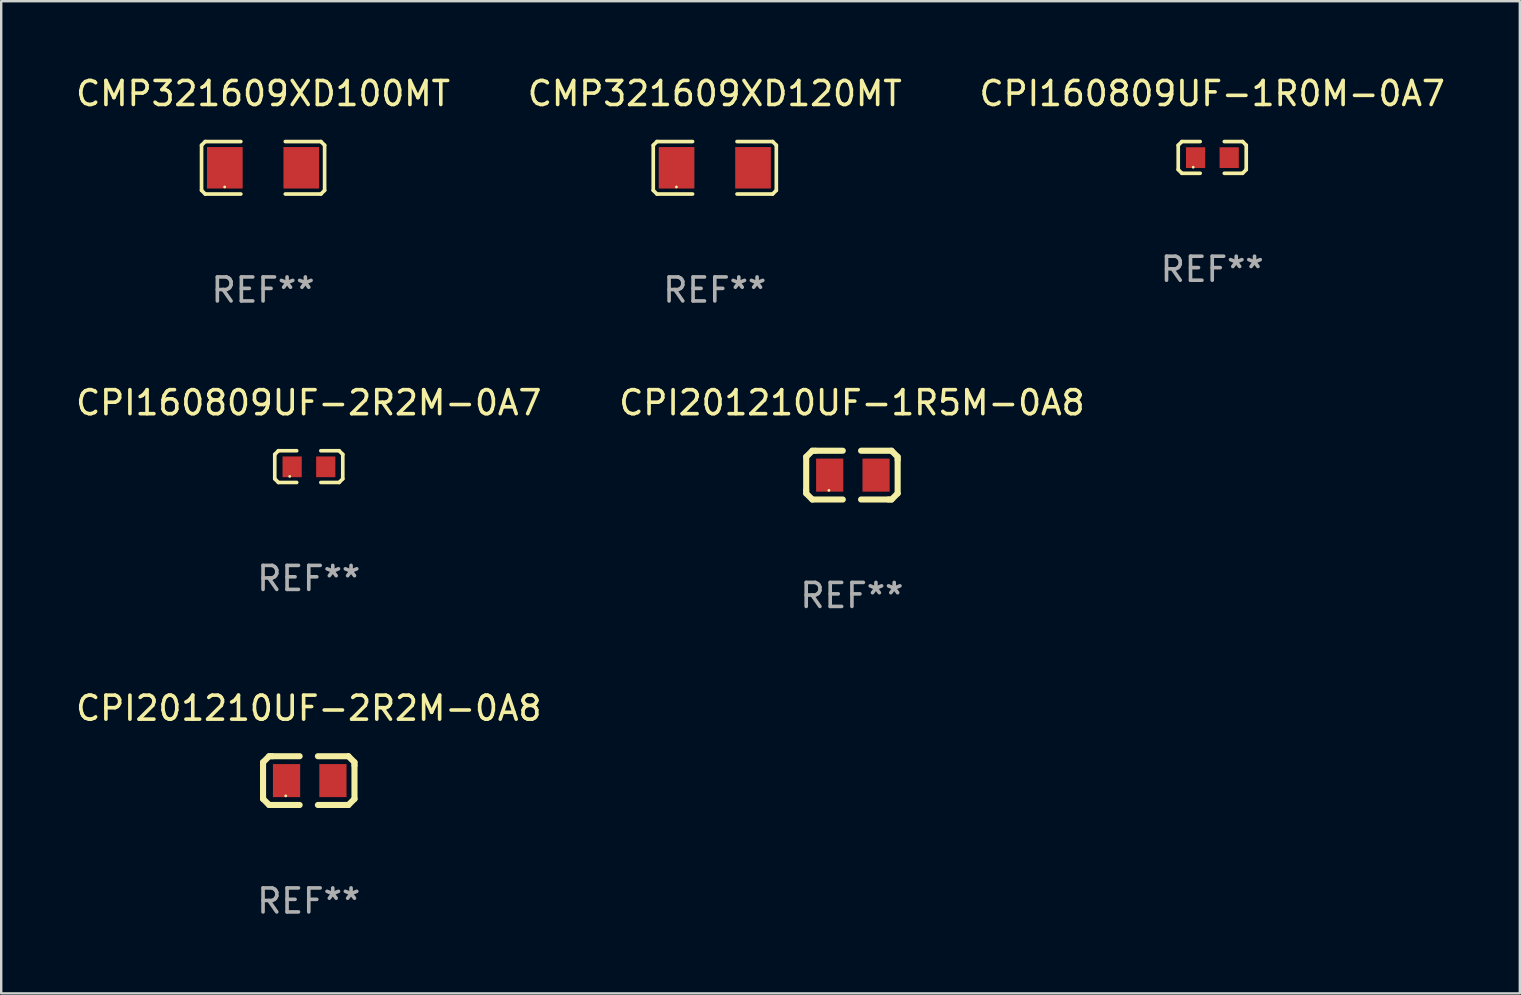
<source format=kicad_pcb>
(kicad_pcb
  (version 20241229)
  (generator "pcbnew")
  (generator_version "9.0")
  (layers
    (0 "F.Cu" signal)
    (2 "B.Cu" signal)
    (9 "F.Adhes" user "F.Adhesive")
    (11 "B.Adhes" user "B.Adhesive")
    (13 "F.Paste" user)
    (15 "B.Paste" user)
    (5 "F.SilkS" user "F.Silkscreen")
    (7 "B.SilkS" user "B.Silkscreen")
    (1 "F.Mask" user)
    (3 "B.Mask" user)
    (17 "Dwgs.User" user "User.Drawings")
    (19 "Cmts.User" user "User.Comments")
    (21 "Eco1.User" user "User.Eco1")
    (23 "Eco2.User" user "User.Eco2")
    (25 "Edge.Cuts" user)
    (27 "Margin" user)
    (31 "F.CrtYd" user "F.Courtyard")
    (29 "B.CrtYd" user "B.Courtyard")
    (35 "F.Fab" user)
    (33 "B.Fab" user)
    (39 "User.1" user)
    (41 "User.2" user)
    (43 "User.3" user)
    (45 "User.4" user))
  (footprint "CPI160809UF-2R2M-0A7"
    (layer "F.Cu")
    (at 9.815 16.391)
    (property "Reference" "CPI160809UF-2R2M-0A7" (at 0 -2.661 0) (layer "F.SilkS") (effects (font (size 1 1) (thickness 0.15))))
    (attr through_hole)
    (fp_line (start -1.417 -0.508) (end -1.265 -0.661) (stroke (width 0.152) (type solid)) (layer "F.SilkS"))
    (fp_line (start -1.417 0.508) (end -1.417 -0.508) (stroke (width 0.152) (type solid)) (layer "F.SilkS"))
    (fp_line (start -1.265 -0.661) (end -0.503 -0.661) (stroke (width 0.152) (type solid)) (layer "F.SilkS"))
    (fp_line (start -1.265 0.661) (end -1.417 0.508) (stroke (width 0.152) (type solid)) (layer "F.SilkS"))
    (fp_line (start -1.265 0.661) (end -0.503 0.661) (stroke (width 0.152) (type solid)) (layer "F.SilkS"))
    (fp_line (start 1.265 -0.661) (end 0.503 -0.661) (stroke (width 0.152) (type solid)) (layer "F.SilkS"))
    (fp_line (start 1.265 -0.661) (end 1.417 -0.508) (stroke (width 0.152) (type solid)) (layer "F.SilkS"))
    (fp_line (start 1.265 0.661) (end 0.503 0.661) (stroke (width 0.152) (type solid)) (layer "F.SilkS"))
    (fp_line (start 1.417 -0.508) (end 1.417 0.508) (stroke (width 0.152) (type solid)) (layer "F.SilkS"))
    (fp_line (start 1.417 0.508) (end 1.265 0.661) (stroke (width 0.152) (type solid)) (layer "F.SilkS"))
    (fp_circle (center -0.793 0.409) (end -0.763 0.409) (stroke (width 0.06) (type solid)) (fill no) (layer "F.SilkS"))
    (fp_text user "REF**" (at 0 4.661 0) (layer "F.Fab") (effects (font (size 1 1) (thickness 0.15))))
    (pad "1" smd rect (at -0.693 0.009 180) (size 0.8 0.864) (layers "F.Cu" "F.Mask" "F.Paste"))
    (pad "2" smd rect (at 0.707 0.009 180) (size 0.8 0.864) (layers "F.Cu" "F.Mask" "F.Paste")))
  (footprint "CMP321609XD120MT"
    (layer "F.Cu")
    (at 26.732 3.941)
    (property "Reference" "CMP321609XD120MT" (at 0 -3.093 0) (layer "F.SilkS") (effects (font (size 1 1) (thickness 0.15))))
    (attr through_hole)
    (fp_line (start -2.564 -0.94) (end -2.411 -1.093) (stroke (width 0.152) (type solid)) (layer "F.SilkS"))
    (fp_line (start -2.564 0.94) (end -2.564 -0.94) (stroke (width 0.152) (type solid)) (layer "F.SilkS"))
    (fp_line (start -2.411 -1.093) (end -0.926 -1.093) (stroke (width 0.152) (type solid)) (layer "F.SilkS"))
    (fp_line (start -2.411 1.093) (end -2.564 0.94) (stroke (width 0.152) (type solid)) (layer "F.SilkS"))
    (fp_line (start -0.926 1.093) (end -2.411 1.093) (stroke (width 0.152) (type solid)) (layer "F.SilkS"))
    (fp_line (start 0.926 1.093) (end 2.411 1.093) (stroke (width 0.152) (type solid)) (layer "F.SilkS"))
    (fp_line (start 2.411 -1.093) (end 0.926 -1.093) (stroke (width 0.152) (type solid)) (layer "F.SilkS"))
    (fp_line (start 2.411 1.093) (end 2.564 0.94) (stroke (width 0.152) (type solid)) (layer "F.SilkS"))
    (fp_line (start 2.564 -0.94) (end 2.411 -1.093) (stroke (width 0.152) (type solid)) (layer "F.SilkS"))
    (fp_line (start 2.564 0.94) (end 2.564 -0.94) (stroke (width 0.152) (type solid)) (layer "F.SilkS"))
    (fp_circle (center -1.6 0.8) (end -1.57 0.8) (stroke (width 0.06) (type solid)) (fill no) (layer "F.SilkS"))
    (fp_text user "REF**" (at 0 5.093 0) (layer "F.Fab") (effects (font (size 1 1) (thickness 0.15))))
    (pad "1" smd rect (at -1.593 0) (size 1.485 1.728) (layers "F.Cu" "F.Mask" "F.Paste"))
    (pad "2" smd rect (at 1.593 0) (size 1.485 1.728) (layers "F.Cu" "F.Mask" "F.Paste")))
  (footprint "CMP321609XD100MT"
    (layer "F.Cu")
    (at 7.911 3.941)
    (property "Reference" "CMP321609XD100MT" (at 0 -3.093 0) (layer "F.SilkS") (effects (font (size 1 1) (thickness 0.15))))
    (attr through_hole)
    (fp_line (start -2.564 -0.94) (end -2.411 -1.093) (stroke (width 0.152) (type solid)) (layer "F.SilkS"))
    (fp_line (start -2.564 0.94) (end -2.564 -0.94) (stroke (width 0.152) (type solid)) (layer "F.SilkS"))
    (fp_line (start -2.411 -1.093) (end -0.926 -1.093) (stroke (width 0.152) (type solid)) (layer "F.SilkS"))
    (fp_line (start -2.411 1.093) (end -2.564 0.94) (stroke (width 0.152) (type solid)) (layer "F.SilkS"))
    (fp_line (start -0.926 1.093) (end -2.411 1.093) (stroke (width 0.152) (type solid)) (layer "F.SilkS"))
    (fp_line (start 0.926 1.093) (end 2.411 1.093) (stroke (width 0.152) (type solid)) (layer "F.SilkS"))
    (fp_line (start 2.411 -1.093) (end 0.926 -1.093) (stroke (width 0.152) (type solid)) (layer "F.SilkS"))
    (fp_line (start 2.411 1.093) (end 2.564 0.94) (stroke (width 0.152) (type solid)) (layer "F.SilkS"))
    (fp_line (start 2.564 -0.94) (end 2.411 -1.093) (stroke (width 0.152) (type solid)) (layer "F.SilkS"))
    (fp_line (start 2.564 0.94) (end 2.564 -0.94) (stroke (width 0.152) (type solid)) (layer "F.SilkS"))
    (fp_circle (center -1.6 0.8) (end -1.57 0.8) (stroke (width 0.06) (type solid)) (fill no) (layer "F.SilkS"))
    (fp_text user "REF**" (at 0 5.093 0) (layer "F.Fab") (effects (font (size 1 1) (thickness 0.15))))
    (pad "1" smd rect (at -1.593 0) (size 1.485 1.728) (layers "F.Cu" "F.Mask" "F.Paste"))
    (pad "2" smd rect (at 1.593 0) (size 1.485 1.728) (layers "F.Cu" "F.Mask" "F.Paste")))
  (footprint "CPI160809UF-1R0M-0A7"
    (layer "F.Cu")
    (at 47.458 3.509)
    (property "Reference" "CPI160809UF-1R0M-0A7" (at 0 -2.661 0) (layer "F.SilkS") (effects (font (size 1 1) (thickness 0.15))))
    (attr through_hole)
    (fp_line (start -1.417 -0.508) (end -1.265 -0.661) (stroke (width 0.152) (type solid)) (layer "F.SilkS"))
    (fp_line (start -1.417 0.508) (end -1.417 -0.508) (stroke (width 0.152) (type solid)) (layer "F.SilkS"))
    (fp_line (start -1.265 -0.661) (end -0.503 -0.661) (stroke (width 0.152) (type solid)) (layer "F.SilkS"))
    (fp_line (start -1.265 0.661) (end -1.417 0.508) (stroke (width 0.152) (type solid)) (layer "F.SilkS"))
    (fp_line (start -1.265 0.661) (end -0.503 0.661) (stroke (width 0.152) (type solid)) (layer "F.SilkS"))
    (fp_line (start 1.265 -0.661) (end 0.503 -0.661) (stroke (width 0.152) (type solid)) (layer "F.SilkS"))
    (fp_line (start 1.265 -0.661) (end 1.417 -0.508) (stroke (width 0.152) (type solid)) (layer "F.SilkS"))
    (fp_line (start 1.265 0.661) (end 0.503 0.661) (stroke (width 0.152) (type solid)) (layer "F.SilkS"))
    (fp_line (start 1.417 -0.508) (end 1.417 0.508) (stroke (width 0.152) (type solid)) (layer "F.SilkS"))
    (fp_line (start 1.417 0.508) (end 1.265 0.661) (stroke (width 0.152) (type solid)) (layer "F.SilkS"))
    (fp_circle (center -0.793 0.409) (end -0.763 0.409) (stroke (width 0.06) (type solid)) (fill no) (layer "F.SilkS"))
    (fp_text user "REF**" (at 0 4.661 0) (layer "F.Fab") (effects (font (size 1 1) (thickness 0.15))))
    (pad "1" smd rect (at -0.693 0.009 180) (size 0.8 0.864) (layers "F.Cu" "F.Mask" "F.Paste"))
    (pad "2" smd rect (at 0.707 0.009 180) (size 0.8 0.864) (layers "F.Cu" "F.Mask" "F.Paste")))
  (footprint "CPI201210UF-1R5M-0A8"
    (layer "F.Cu")
    (at 32.446 16.746)
    (property "Reference" "CPI201210UF-1R5M-0A8" (at 0 -3.016 0) (layer "F.SilkS") (effects (font (size 1 1) (thickness 0.15))))
    (attr through_hole)
    (fp_line (start -1.905 -0.762) (end -1.905 0.635) (stroke (width 0.254) (type solid)) (layer "F.SilkS"))
    (fp_line (start -1.905 0.635) (end -1.905 0.762) (stroke (width 0.254) (type solid)) (layer "F.SilkS"))
    (fp_line (start -1.905 0.762) (end -1.651 1.016) (stroke (width 0.254) (type solid)) (layer "F.SilkS"))
    (fp_line (start -1.651 -1.016) (end -1.905 -0.762) (stroke (width 0.254) (type solid)) (layer "F.SilkS"))
    (fp_line (start -1.651 1.016) (end -0.381 1.016) (stroke (width 0.254) (type solid)) (layer "F.SilkS"))
    (fp_line (start -1.524 -1.016) (end -1.651 -1.016) (stroke (width 0.254) (type solid)) (layer "F.SilkS"))
    (fp_line (start -0.381 -1.016) (end -1.524 -1.016) (stroke (width 0.254) (type solid)) (layer "F.SilkS"))
    (fp_line (start 0.381 1.016) (end 1.524 1.016) (stroke (width 0.254) (type solid)) (layer "F.SilkS"))
    (fp_line (start 1.524 1.016) (end 1.651 1.016) (stroke (width 0.254) (type solid)) (layer "F.SilkS"))
    (fp_line (start 1.651 -1.016) (end 0.381 -1.016) (stroke (width 0.254) (type solid)) (layer "F.SilkS"))
    (fp_line (start 1.651 1.016) (end 1.905 0.762) (stroke (width 0.254) (type solid)) (layer "F.SilkS"))
    (fp_line (start 1.905 -0.762) (end 1.651 -1.016) (stroke (width 0.254) (type solid)) (layer "F.SilkS"))
    (fp_line (start 1.905 -0.635) (end 1.905 -0.762) (stroke (width 0.254) (type solid)) (layer "F.SilkS"))
    (fp_line (start 1.905 0.762) (end 1.905 -0.635) (stroke (width 0.254) (type solid)) (layer "F.SilkS"))
    (fp_circle (center -0.96 0.637) (end -0.93 0.637) (stroke (width 0.06) (type solid)) (fill no) (layer "F.SilkS"))
    (fp_text user "REF**" (at 0 5.016 0) (layer "F.Fab") (effects (font (size 1 1) (thickness 0.15))))
    (pad "1" smd rect (at -0.926 -0.000051) (size 1.133 1.377) (layers "F.Cu" "F.Mask" "F.Paste"))
    (pad "2" smd rect (at 1.006 -0.000051) (size 1.133 1.377) (layers "F.Cu" "F.Mask" "F.Paste")))
  (footprint "CPI201210UF-2R2M-0A8"
    (layer "F.Cu")
    (at 9.815 29.474)
    (property "Reference" "CPI201210UF-2R2M-0A8" (at 0 -3.016 0) (layer "F.SilkS") (effects (font (size 1 1) (thickness 0.15))))
    (attr through_hole)
    (fp_line (start -1.905 -0.762) (end -1.905 0.635) (stroke (width 0.254) (type solid)) (layer "F.SilkS"))
    (fp_line (start -1.905 0.635) (end -1.905 0.762) (stroke (width 0.254) (type solid)) (layer "F.SilkS"))
    (fp_line (start -1.905 0.762) (end -1.651 1.016) (stroke (width 0.254) (type solid)) (layer "F.SilkS"))
    (fp_line (start -1.651 -1.016) (end -1.905 -0.762) (stroke (width 0.254) (type solid)) (layer "F.SilkS"))
    (fp_line (start -1.651 1.016) (end -0.381 1.016) (stroke (width 0.254) (type solid)) (layer "F.SilkS"))
    (fp_line (start -1.524 -1.016) (end -1.651 -1.016) (stroke (width 0.254) (type solid)) (layer "F.SilkS"))
    (fp_line (start -0.381 -1.016) (end -1.524 -1.016) (stroke (width 0.254) (type solid)) (layer "F.SilkS"))
    (fp_line (start 0.381 1.016) (end 1.524 1.016) (stroke (width 0.254) (type solid)) (layer "F.SilkS"))
    (fp_line (start 1.524 1.016) (end 1.651 1.016) (stroke (width 0.254) (type solid)) (layer "F.SilkS"))
    (fp_line (start 1.651 -1.016) (end 0.381 -1.016) (stroke (width 0.254) (type solid)) (layer "F.SilkS"))
    (fp_line (start 1.651 1.016) (end 1.905 0.762) (stroke (width 0.254) (type solid)) (layer "F.SilkS"))
    (fp_line (start 1.905 -0.762) (end 1.651 -1.016) (stroke (width 0.254) (type solid)) (layer "F.SilkS"))
    (fp_line (start 1.905 -0.635) (end 1.905 -0.762) (stroke (width 0.254) (type solid)) (layer "F.SilkS"))
    (fp_line (start 1.905 0.762) (end 1.905 -0.635) (stroke (width 0.254) (type solid)) (layer "F.SilkS"))
    (fp_circle (center -0.96 0.637) (end -0.93 0.637) (stroke (width 0.06) (type solid)) (fill no) (layer "F.SilkS"))
    (fp_text user "REF**" (at 0 5.016 0) (layer "F.Fab") (effects (font (size 1 1) (thickness 0.15))))
    (pad "1" smd rect (at -0.926 -0.000051) (size 1.133 1.377) (layers "F.Cu" "F.Mask" "F.Paste"))
    (pad "2" smd rect (at 1.006 -0.000051) (size 1.133 1.377) (layers "F.Cu" "F.Mask" "F.Paste")))
  (gr_rect
    (start -3 -3)
    (end 60.274 38.339)
    (stroke (width 0.1) (type default))
    (fill no)
    (layer "Edge.Cuts")))
</source>
